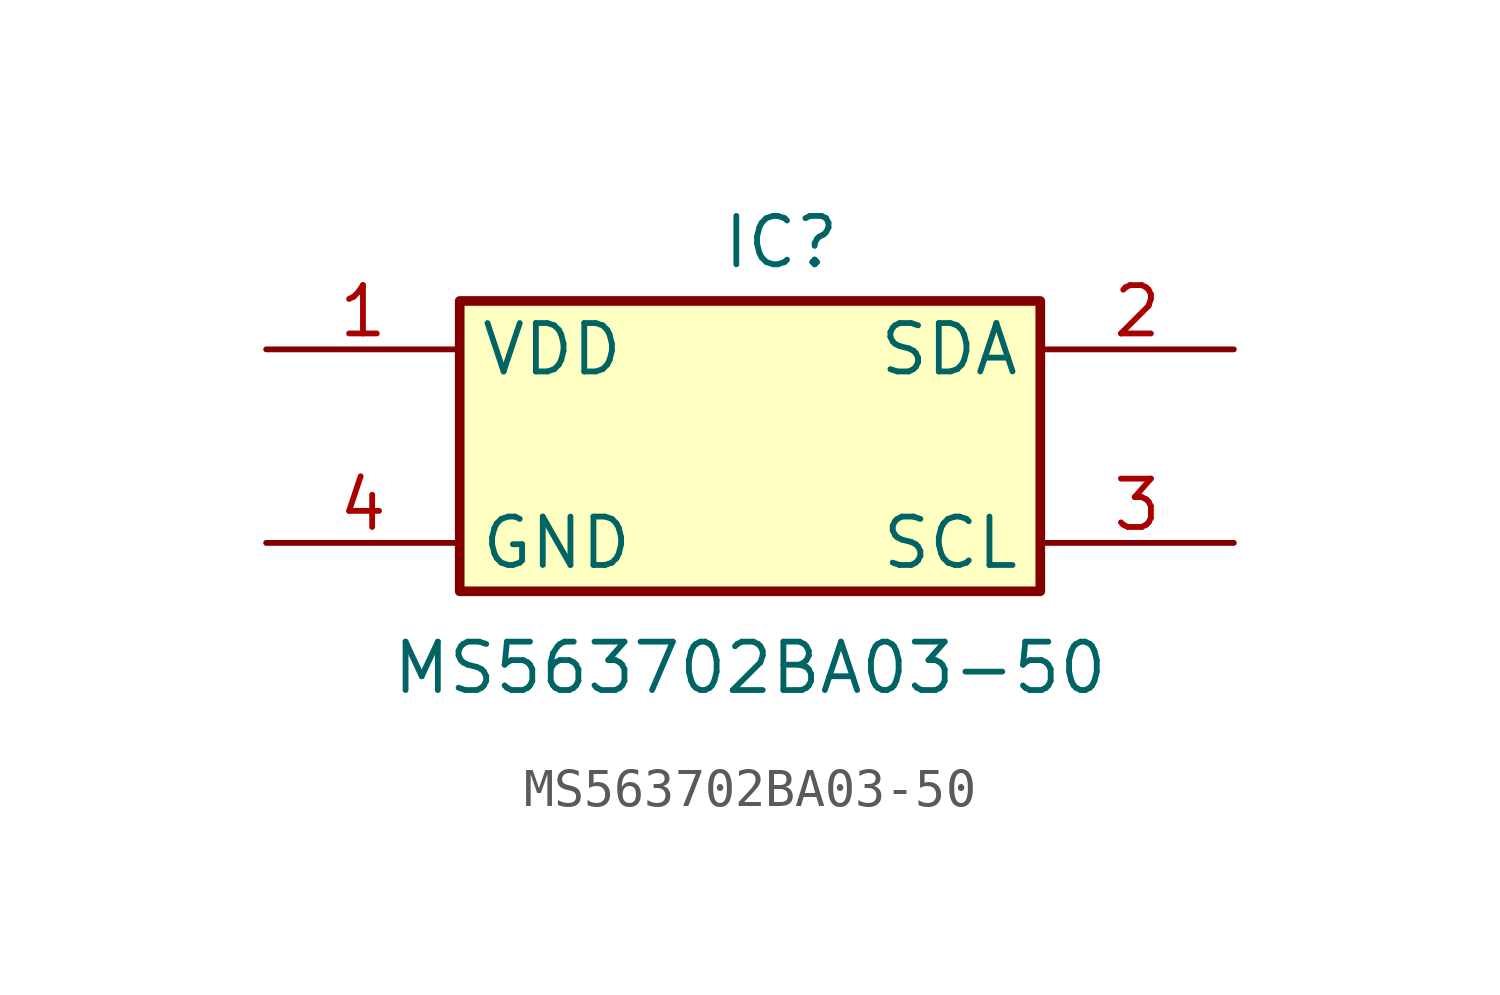
<source format=kicad_sym>
(kicad_symbol_lib
  (version 20231120)
  (generator "kicad_symbol_editor")
  (generator_version "8.0")
  (symbol "MS563702BA03-50"
    (property "Reference" "IC"
      (at -0.762 6.096 0)
      (effects (font (size 1.27 1.27)) (justify left top)))
    (property "Value" "MS563702BA03-50"
      (at 0 -5.08 0)
      (effects (font (size 1.27 1.27)) (justify top)))
    (symbol "MS563702BA03-50_1_1"
      (rectangle (start -7.62 3.81) (end 7.62 -3.81) (stroke (width 0.254) (type default)) (fill (type background)))
      (pin power_in line (at -12.7 2.54 0) (length 5.08) (name "VDD" (effects (font (size 1.27 1.27)))) (number "1" (effects (font (size 1.27 1.27)))))
      (pin passive line (at 12.7 2.54 180) (length 5.08) (name "SDA" (effects (font (size 1.27 1.27)))) (number "2" (effects (font (size 1.27 1.27)))))
      (pin passive line (at 12.7 -2.54 180) (length 5.08) (name "SCL" (effects (font (size 1.27 1.27)))) (number "3" (effects (font (size 1.27 1.27)))))
      (pin power_in line (at -12.7 -2.54 0) (length 5.08) (name "GND" (effects (font (size 1.27 1.27)))) (number "4" (effects (font (size 1.27 1.27))))))))
</source>
